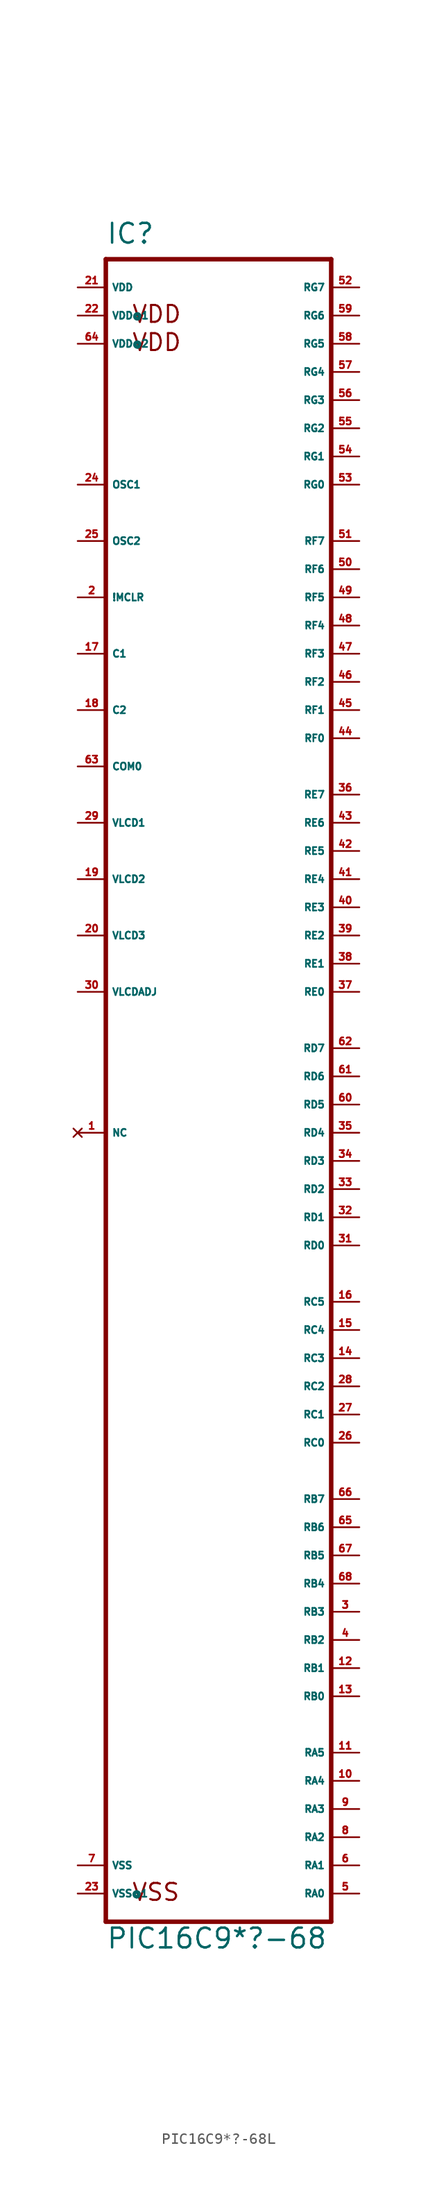
<source format=kicad_sym>
(kicad_symbol_lib
  (version 20220914)
  (generator Eagle2Kicad)
  (symbol "PIC16C9*?-68L"
    (property "Reference" "IC"
      (at -10.16 72.39 0)
      (effects (font (size 1.778 1.778) (thickness 0.22)) (justify left bottom)))
    (property "Value" "PIC16C9*?-68"
      (at -10.16 -81.28 0)
      (effects (font (size 1.778 1.778) (thickness 0.22)) (justify left bottom)))
    (polyline
      (pts (xy -10.16 -78.74) (xy 10.16 -78.74))
      (stroke (width 0.406) (type default))
      (fill (type none)))
    (polyline
      (pts (xy 10.16 -78.74) (xy 10.16 71.12))
      (stroke (width 0.406) (type default))
      (fill (type none)))
    (polyline
      (pts (xy 10.16 71.12) (xy -10.16 71.12))
      (stroke (width 0.406) (type default))
      (fill (type none)))
    (polyline
      (pts (xy -10.16 71.12) (xy -10.16 -78.74))
      (stroke (width 0.406) (type default))
      (fill (type none)))
    (text "VSS"
      (at -7.874 -76.962 0)
      (effects (font (size 1.524 1.524) (thickness 0.19)) (justify left bottom)))
    (text "VDD "
      (at -7.874 65.278 0)
      (effects (font (size 1.524 1.524) (thickness 0.19)) (justify left bottom)))
    (text "VDD  "
      (at -7.874 62.738 0)
      (effects (font (size 1.524 1.524) (thickness 0.19)) (justify left bottom)))
    (pin input line
      (at -12.7 40.64 0)
      (length 2.54)
      (name "!MCLR" (effects (font (size 0.635 0.635) (thickness 0.08)) (justify left bottom)))
      (number "2" (effects (font (size 0.635 0.635) (thickness 0.08)) (justify left bottom))))
    (pin input line
      (at -12.7 50.8 0)
      (length 2.54)
      (name "OSC1" (effects (font (size 0.635 0.635) (thickness 0.08)) (justify left bottom)))
      (number "24" (effects (font (size 0.635 0.635) (thickness 0.08)) (justify left bottom))))
    (pin bidirectional line
      (at 12.7 -76.2 180)
      (length 2.54)
      (name "RA0" (effects (font (size 0.635 0.635) (thickness 0.08)) (justify left bottom)))
      (number "5" (effects (font (size 0.635 0.635) (thickness 0.08)) (justify left bottom))))
    (pin bidirectional line
      (at 12.7 -73.66 180)
      (length 2.54)
      (name "RA1" (effects (font (size 0.635 0.635) (thickness 0.08)) (justify left bottom)))
      (number "6" (effects (font (size 0.635 0.635) (thickness 0.08)) (justify left bottom))))
    (pin bidirectional line
      (at 12.7 -71.12 180)
      (length 2.54)
      (name "RA2" (effects (font (size 0.635 0.635) (thickness 0.08)) (justify left bottom)))
      (number "8" (effects (font (size 0.635 0.635) (thickness 0.08)) (justify left bottom))))
    (pin bidirectional line
      (at 12.7 -68.58 180)
      (length 2.54)
      (name "RA3" (effects (font (size 0.635 0.635) (thickness 0.08)) (justify left bottom)))
      (number "9" (effects (font (size 0.635 0.635) (thickness 0.08)) (justify left bottom))))
    (pin bidirectional line
      (at 12.7 -55.88 180)
      (length 2.54)
      (name "RB1" (effects (font (size 0.635 0.635) (thickness 0.08)) (justify left bottom)))
      (number "12" (effects (font (size 0.635 0.635) (thickness 0.08)) (justify left bottom))))
    (pin bidirectional line
      (at 12.7 -53.34 180)
      (length 2.54)
      (name "RB2" (effects (font (size 0.635 0.635) (thickness 0.08)) (justify left bottom)))
      (number "4" (effects (font (size 0.635 0.635) (thickness 0.08)) (justify left bottom))))
    (pin bidirectional line
      (at 12.7 -50.8 180)
      (length 2.54)
      (name "RB3" (effects (font (size 0.635 0.635) (thickness 0.08)) (justify left bottom)))
      (number "3" (effects (font (size 0.635 0.635) (thickness 0.08)) (justify left bottom))))
    (pin bidirectional line
      (at 12.7 -63.5 180)
      (length 2.54)
      (name "RA5" (effects (font (size 0.635 0.635) (thickness 0.08)) (justify left bottom)))
      (number "11" (effects (font (size 0.635 0.635) (thickness 0.08)) (justify left bottom))))
    (pin bidirectional line
      (at 12.7 -48.26 180)
      (length 2.54)
      (name "RB4" (effects (font (size 0.635 0.635) (thickness 0.08)) (justify left bottom)))
      (number "68" (effects (font (size 0.635 0.635) (thickness 0.08)) (justify left bottom))))
    (pin bidirectional line
      (at 12.7 -45.72 180)
      (length 2.54)
      (name "RB5" (effects (font (size 0.635 0.635) (thickness 0.08)) (justify left bottom)))
      (number "67" (effects (font (size 0.635 0.635) (thickness 0.08)) (justify left bottom))))
    (pin bidirectional line
      (at 12.7 -43.18 180)
      (length 2.54)
      (name "RB6" (effects (font (size 0.635 0.635) (thickness 0.08)) (justify left bottom)))
      (number "65" (effects (font (size 0.635 0.635) (thickness 0.08)) (justify left bottom))))
    (pin bidirectional line
      (at 12.7 -40.64 180)
      (length 2.54)
      (name "RB7" (effects (font (size 0.635 0.635) (thickness 0.08)) (justify left bottom)))
      (number "66" (effects (font (size 0.635 0.635) (thickness 0.08)) (justify left bottom))))
    (pin bidirectional line
      (at 12.7 -35.56 180)
      (length 2.54)
      (name "RC0" (effects (font (size 0.635 0.635) (thickness 0.08)) (justify left bottom)))
      (number "26" (effects (font (size 0.635 0.635) (thickness 0.08)) (justify left bottom))))
    (pin bidirectional line
      (at 12.7 -33.02 180)
      (length 2.54)
      (name "RC1" (effects (font (size 0.635 0.635) (thickness 0.08)) (justify left bottom)))
      (number "27" (effects (font (size 0.635 0.635) (thickness 0.08)) (justify left bottom))))
    (pin bidirectional line
      (at 12.7 -30.48 180)
      (length 2.54)
      (name "RC2" (effects (font (size 0.635 0.635) (thickness 0.08)) (justify left bottom)))
      (number "28" (effects (font (size 0.635 0.635) (thickness 0.08)) (justify left bottom))))
    (pin bidirectional line
      (at 12.7 -27.94 180)
      (length 2.54)
      (name "RC3" (effects (font (size 0.635 0.635) (thickness 0.08)) (justify left bottom)))
      (number "14" (effects (font (size 0.635 0.635) (thickness 0.08)) (justify left bottom))))
    (pin bidirectional line
      (at 12.7 -17.78 180)
      (length 2.54)
      (name "RD0" (effects (font (size 0.635 0.635) (thickness 0.08)) (justify left bottom)))
      (number "31" (effects (font (size 0.635 0.635) (thickness 0.08)) (justify left bottom))))
    (pin bidirectional line
      (at 12.7 -15.24 180)
      (length 2.54)
      (name "RD1" (effects (font (size 0.635 0.635) (thickness 0.08)) (justify left bottom)))
      (number "32" (effects (font (size 0.635 0.635) (thickness 0.08)) (justify left bottom))))
    (pin bidirectional line
      (at 12.7 -12.7 180)
      (length 2.54)
      (name "RD2" (effects (font (size 0.635 0.635) (thickness 0.08)) (justify left bottom)))
      (number "33" (effects (font (size 0.635 0.635) (thickness 0.08)) (justify left bottom))))
    (pin bidirectional line
      (at 12.7 -10.16 180)
      (length 2.54)
      (name "RD3" (effects (font (size 0.635 0.635) (thickness 0.08)) (justify left bottom)))
      (number "34" (effects (font (size 0.635 0.635) (thickness 0.08)) (justify left bottom))))
    (pin bidirectional line
      (at 12.7 -7.62 180)
      (length 2.54)
      (name "RD4" (effects (font (size 0.635 0.635) (thickness 0.08)) (justify left bottom)))
      (number "35" (effects (font (size 0.635 0.635) (thickness 0.08)) (justify left bottom))))
    (pin bidirectional line
      (at 12.7 -5.08 180)
      (length 2.54)
      (name "RD5" (effects (font (size 0.635 0.635) (thickness 0.08)) (justify left bottom)))
      (number "60" (effects (font (size 0.635 0.635) (thickness 0.08)) (justify left bottom))))
    (pin bidirectional line
      (at 12.7 -2.54 180)
      (length 2.54)
      (name "RD6" (effects (font (size 0.635 0.635) (thickness 0.08)) (justify left bottom)))
      (number "61" (effects (font (size 0.635 0.635) (thickness 0.08)) (justify left bottom))))
    (pin bidirectional line
      (at 12.7 0 180)
      (length 2.54)
      (name "RD7" (effects (font (size 0.635 0.635) (thickness 0.08)) (justify left bottom)))
      (number "62" (effects (font (size 0.635 0.635) (thickness 0.08)) (justify left bottom))))
    (pin bidirectional line
      (at 12.7 5.08 180)
      (length 2.54)
      (name "RE0" (effects (font (size 0.635 0.635) (thickness 0.08)) (justify left bottom)))
      (number "37" (effects (font (size 0.635 0.635) (thickness 0.08)) (justify left bottom))))
    (pin bidirectional line
      (at 12.7 7.62 180)
      (length 2.54)
      (name "RE1" (effects (font (size 0.635 0.635) (thickness 0.08)) (justify left bottom)))
      (number "38" (effects (font (size 0.635 0.635) (thickness 0.08)) (justify left bottom))))
    (pin bidirectional line
      (at 12.7 10.16 180)
      (length 2.54)
      (name "RE2" (effects (font (size 0.635 0.635) (thickness 0.08)) (justify left bottom)))
      (number "39" (effects (font (size 0.635 0.635) (thickness 0.08)) (justify left bottom))))
    (pin input line
      (at -12.7 35.56 0)
      (length 2.54)
      (name "C1" (effects (font (size 0.635 0.635) (thickness 0.08)) (justify left bottom)))
      (number "17" (effects (font (size 0.635 0.635) (thickness 0.08)) (justify left bottom))))
    (pin input line
      (at -12.7 30.48 0)
      (length 2.54)
      (name "C2" (effects (font (size 0.635 0.635) (thickness 0.08)) (justify left bottom)))
      (number "18" (effects (font (size 0.635 0.635) (thickness 0.08)) (justify left bottom))))
    (pin input line
      (at -12.7 20.32 0)
      (length 2.54)
      (name "VLCD1" (effects (font (size 0.635 0.635) (thickness 0.08)) (justify left bottom)))
      (number "29" (effects (font (size 0.635 0.635) (thickness 0.08)) (justify left bottom))))
    (pin input line
      (at -12.7 5.08 0)
      (length 2.54)
      (name "VLCDADJ" (effects (font (size 0.635 0.635) (thickness 0.08)) (justify left bottom)))
      (number "30" (effects (font (size 0.635 0.635) (thickness 0.08)) (justify left bottom))))
    (pin unspecified line
      (at -12.7 68.58 0)
      (length 2.54)
      (name "VDD" (effects (font (size 0.635 0.635) (thickness 0.08)) (justify left bottom)))
      (number "21" (effects (font (size 0.635 0.635) (thickness 0.08)) (justify left bottom))))
    (pin unspecified line
      (at -12.7 66.04 0)
      (length 2.54)
      (name "VDD@1" (effects (font (size 0.635 0.635) (thickness 0.08)) (justify left bottom)))
      (number "22" (effects (font (size 0.635 0.635) (thickness 0.08)) (justify left bottom))))
    (pin unspecified line
      (at -12.7 -73.66 0)
      (length 2.54)
      (name "VSS" (effects (font (size 0.635 0.635) (thickness 0.08)) (justify left bottom)))
      (number "7" (effects (font (size 0.635 0.635) (thickness 0.08)) (justify left bottom))))
    (pin unspecified line
      (at -12.7 -76.2 0)
      (length 2.54)
      (name "VSS@1" (effects (font (size 0.635 0.635) (thickness 0.08)) (justify left bottom)))
      (number "23" (effects (font (size 0.635 0.635) (thickness 0.08)) (justify left bottom))))
    (pin bidirectional line
      (at 12.7 -25.4 180)
      (length 2.54)
      (name "RC4" (effects (font (size 0.635 0.635) (thickness 0.08)) (justify left bottom)))
      (number "15" (effects (font (size 0.635 0.635) (thickness 0.08)) (justify left bottom))))
    (pin bidirectional line
      (at 12.7 -22.86 180)
      (length 2.54)
      (name "RC5" (effects (font (size 0.635 0.635) (thickness 0.08)) (justify left bottom)))
      (number "16" (effects (font (size 0.635 0.635) (thickness 0.08)) (justify left bottom))))
    (pin output line
      (at -12.7 45.72 0)
      (length 2.54)
      (name "OSC2" (effects (font (size 0.635 0.635) (thickness 0.08)) (justify left bottom)))
      (number "25" (effects (font (size 0.635 0.635) (thickness 0.08)) (justify left bottom))))
    (pin bidirectional line
      (at 12.7 -58.42 180)
      (length 2.54)
      (name "RB0" (effects (font (size 0.635 0.635) (thickness 0.08)) (justify left bottom)))
      (number "13" (effects (font (size 0.635 0.635) (thickness 0.08)) (justify left bottom))))
    (pin bidirectional line
      (at 12.7 -66.04 180)
      (length 2.54)
      (name "RA4" (effects (font (size 0.635 0.635) (thickness 0.08)) (justify left bottom)))
      (number "10" (effects (font (size 0.635 0.635) (thickness 0.08)) (justify left bottom))))
    (pin bidirectional line
      (at 12.7 12.7 180)
      (length 2.54)
      (name "RE3" (effects (font (size 0.635 0.635) (thickness 0.08)) (justify left bottom)))
      (number "40" (effects (font (size 0.635 0.635) (thickness 0.08)) (justify left bottom))))
    (pin bidirectional line
      (at 12.7 15.24 180)
      (length 2.54)
      (name "RE4" (effects (font (size 0.635 0.635) (thickness 0.08)) (justify left bottom)))
      (number "41" (effects (font (size 0.635 0.635) (thickness 0.08)) (justify left bottom))))
    (pin bidirectional line
      (at 12.7 17.78 180)
      (length 2.54)
      (name "RE5" (effects (font (size 0.635 0.635) (thickness 0.08)) (justify left bottom)))
      (number "42" (effects (font (size 0.635 0.635) (thickness 0.08)) (justify left bottom))))
    (pin bidirectional line
      (at 12.7 20.32 180)
      (length 2.54)
      (name "RE6" (effects (font (size 0.635 0.635) (thickness 0.08)) (justify left bottom)))
      (number "43" (effects (font (size 0.635 0.635) (thickness 0.08)) (justify left bottom))))
    (pin bidirectional line
      (at 12.7 27.94 180)
      (length 2.54)
      (name "RF0" (effects (font (size 0.635 0.635) (thickness 0.08)) (justify left bottom)))
      (number "44" (effects (font (size 0.635 0.635) (thickness 0.08)) (justify left bottom))))
    (pin bidirectional line
      (at 12.7 30.48 180)
      (length 2.54)
      (name "RF1" (effects (font (size 0.635 0.635) (thickness 0.08)) (justify left bottom)))
      (number "45" (effects (font (size 0.635 0.635) (thickness 0.08)) (justify left bottom))))
    (pin bidirectional line
      (at 12.7 33.02 180)
      (length 2.54)
      (name "RF2" (effects (font (size 0.635 0.635) (thickness 0.08)) (justify left bottom)))
      (number "46" (effects (font (size 0.635 0.635) (thickness 0.08)) (justify left bottom))))
    (pin bidirectional line
      (at 12.7 35.56 180)
      (length 2.54)
      (name "RF3" (effects (font (size 0.635 0.635) (thickness 0.08)) (justify left bottom)))
      (number "47" (effects (font (size 0.635 0.635) (thickness 0.08)) (justify left bottom))))
    (pin bidirectional line
      (at 12.7 38.1 180)
      (length 2.54)
      (name "RF4" (effects (font (size 0.635 0.635) (thickness 0.08)) (justify left bottom)))
      (number "48" (effects (font (size 0.635 0.635) (thickness 0.08)) (justify left bottom))))
    (pin bidirectional line
      (at 12.7 40.64 180)
      (length 2.54)
      (name "RF5" (effects (font (size 0.635 0.635) (thickness 0.08)) (justify left bottom)))
      (number "49" (effects (font (size 0.635 0.635) (thickness 0.08)) (justify left bottom))))
    (pin bidirectional line
      (at 12.7 43.18 180)
      (length 2.54)
      (name "RF6" (effects (font (size 0.635 0.635) (thickness 0.08)) (justify left bottom)))
      (number "50" (effects (font (size 0.635 0.635) (thickness 0.08)) (justify left bottom))))
    (pin bidirectional line
      (at 12.7 45.72 180)
      (length 2.54)
      (name "RF7" (effects (font (size 0.635 0.635) (thickness 0.08)) (justify left bottom)))
      (number "51" (effects (font (size 0.635 0.635) (thickness 0.08)) (justify left bottom))))
    (pin bidirectional line
      (at 12.7 50.8 180)
      (length 2.54)
      (name "RG0" (effects (font (size 0.635 0.635) (thickness 0.08)) (justify left bottom)))
      (number "53" (effects (font (size 0.635 0.635) (thickness 0.08)) (justify left bottom))))
    (pin bidirectional line
      (at 12.7 53.34 180)
      (length 2.54)
      (name "RG1" (effects (font (size 0.635 0.635) (thickness 0.08)) (justify left bottom)))
      (number "54" (effects (font (size 0.635 0.635) (thickness 0.08)) (justify left bottom))))
    (pin bidirectional line
      (at 12.7 55.88 180)
      (length 2.54)
      (name "RG2" (effects (font (size 0.635 0.635) (thickness 0.08)) (justify left bottom)))
      (number "55" (effects (font (size 0.635 0.635) (thickness 0.08)) (justify left bottom))))
    (pin bidirectional line
      (at 12.7 58.42 180)
      (length 2.54)
      (name "RG3" (effects (font (size 0.635 0.635) (thickness 0.08)) (justify left bottom)))
      (number "56" (effects (font (size 0.635 0.635) (thickness 0.08)) (justify left bottom))))
    (pin bidirectional line
      (at 12.7 60.96 180)
      (length 2.54)
      (name "RG4" (effects (font (size 0.635 0.635) (thickness 0.08)) (justify left bottom)))
      (number "57" (effects (font (size 0.635 0.635) (thickness 0.08)) (justify left bottom))))
    (pin bidirectional line
      (at 12.7 63.5 180)
      (length 2.54)
      (name "RG5" (effects (font (size 0.635 0.635) (thickness 0.08)) (justify left bottom)))
      (number "58" (effects (font (size 0.635 0.635) (thickness 0.08)) (justify left bottom))))
    (pin bidirectional line
      (at 12.7 66.04 180)
      (length 2.54)
      (name "RG6" (effects (font (size 0.635 0.635) (thickness 0.08)) (justify left bottom)))
      (number "59" (effects (font (size 0.635 0.635) (thickness 0.08)) (justify left bottom))))
    (pin output line
      (at -12.7 25.4 0)
      (length 2.54)
      (name "COM0" (effects (font (size 0.635 0.635) (thickness 0.08)) (justify left bottom)))
      (number "63" (effects (font (size 0.635 0.635) (thickness 0.08)) (justify left bottom))))
    (pin input line
      (at -12.7 15.24 0)
      (length 2.54)
      (name "VLCD2" (effects (font (size 0.635 0.635) (thickness 0.08)) (justify left bottom)))
      (number "19" (effects (font (size 0.635 0.635) (thickness 0.08)) (justify left bottom))))
    (pin input line
      (at -12.7 10.16 0)
      (length 2.54)
      (name "VLCD3" (effects (font (size 0.635 0.635) (thickness 0.08)) (justify left bottom)))
      (number "20" (effects (font (size 0.635 0.635) (thickness 0.08)) (justify left bottom))))
    (pin no_connect line
      (at -12.7 -7.62 0)
      (length 2.54)
      (name "NC" (effects (font (size 0.635 0.635) (thickness 0.08)) (justify left bottom) hide))
      (number "1" (effects (font (size 0.635 0.635) (thickness 0.08)) (justify left bottom) hide)))
    (pin unspecified line
      (at -12.7 63.5 0)
      (length 2.54)
      (name "VDD@2" (effects (font (size 0.635 0.635) (thickness 0.08)) (justify left bottom)))
      (number "64" (effects (font (size 0.635 0.635) (thickness 0.08)) (justify left bottom))))
    (pin bidirectional line
      (at 12.7 22.86 180)
      (length 2.54)
      (name "RE7" (effects (font (size 0.635 0.635) (thickness 0.08)) (justify left bottom)))
      (number "36" (effects (font (size 0.635 0.635) (thickness 0.08)) (justify left bottom))))
    (pin bidirectional line
      (at 12.7 68.58 180)
      (length 2.54)
      (name "RG7" (effects (font (size 0.635 0.635) (thickness 0.08)) (justify left bottom)))
      (number "52" (effects (font (size 0.635 0.635) (thickness 0.08)) (justify left bottom))))))
</source>
